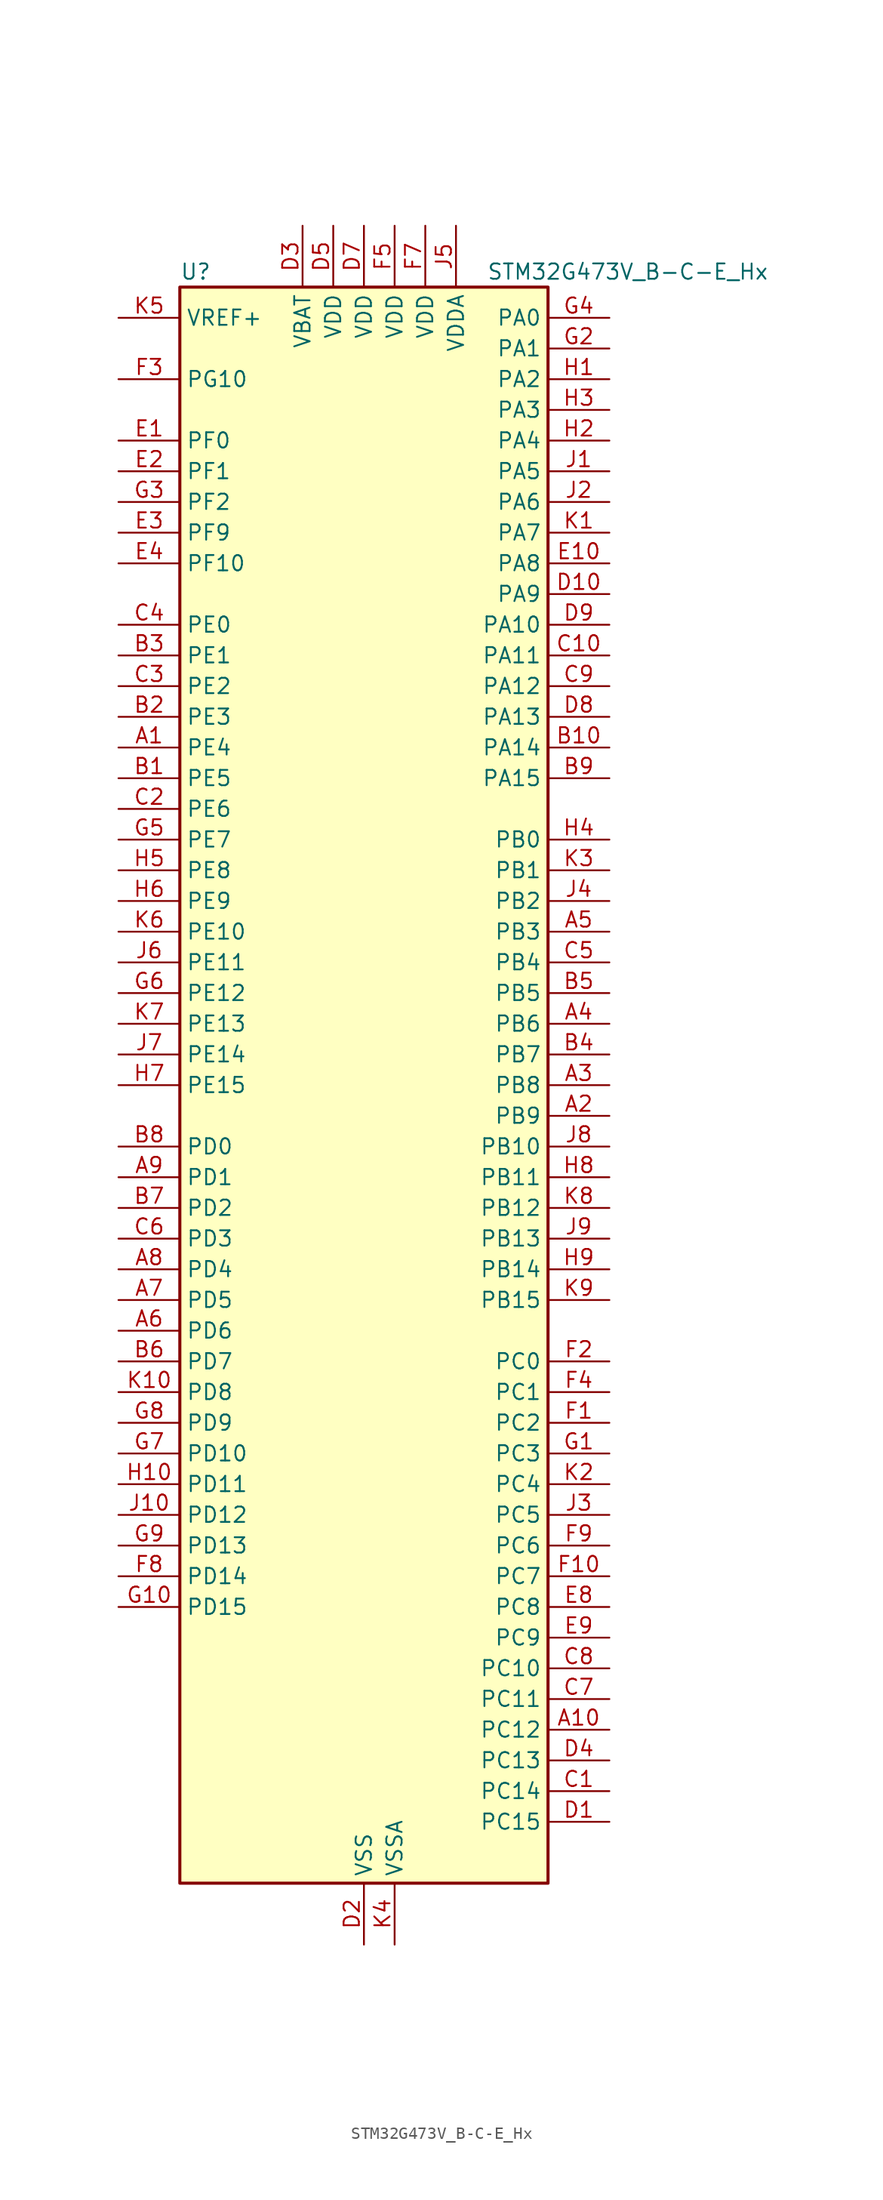
<source format=kicad_sym>
(kicad_symbol_lib
  (version 20231120)
  (generator "kicad_symbol_editor")
  (generator_version "8.0")
  (symbol "STM32G473V_B-C-E_Hx"
    (property "Reference" "U"
      (at -15.24 67.31 0)
      (effects (font (size 1.27 1.27)) (justify left)))
    (property "Value" "STM32G473V_B-C-E_Hx"
      (at 10.16 67.31 0)
      (effects (font (size 1.27 1.27)) (justify left)))
    (property "ki_locked" ""
      (at 0 0 0)
      (effects (font (size 1.27 1.27))))
    (symbol "STM32G473V_B-C-E_Hx_0_1"
      (rectangle (start -15.24 -66.04) (end 15.24 66.04) (stroke (width 0.254) (type default)) (fill (type background))))
    (symbol "STM32G473V_B-C-E_Hx_1_1"
      (pin bidirectional line (at -20.32 27.94 0) (length 5.08) (name "PE4" (effects (font (size 1.27 1.27)))) (number "A1" (effects (font (size 1.27 1.27)))) (alternate "FMC_A20" bidirectional line) (alternate "SAI1_D2" bidirectional line) (alternate "SAI1_FS_A" bidirectional line) (alternate "SPI4_NSS" bidirectional line) (alternate "SYS_TRACED1" bidirectional line) (alternate "TIM20_CH1N" bidirectional line) (alternate "TIM3_CH3" bidirectional line))
      (pin bidirectional line (at 20.32 -53.34 180) (length 5.08) (name "PC12" (effects (font (size 1.27 1.27)))) (number "A10" (effects (font (size 1.27 1.27)))) (alternate "I2S3_SD" bidirectional line) (alternate "SPI3_MOSI" bidirectional line) (alternate "TIM5_CH2" bidirectional line) (alternate "TIM8_CH3N" bidirectional line) (alternate "UART5_TX" bidirectional line) (alternate "UCPD1_FRSTX1" bidirectional line) (alternate "UCPD1_FRSTX2" bidirectional line) (alternate "USART3_CK" bidirectional line))
      (pin bidirectional line (at 20.32 -2.54 180) (length 5.08) (name "PB9" (effects (font (size 1.27 1.27)))) (number "A2" (effects (font (size 1.27 1.27)))) (alternate "COMP2_OUT" bidirectional line) (alternate "DAC1_EXTI9" bidirectional line) (alternate "DAC2_EXTI9" bidirectional line) (alternate "DAC3_EXTI9" bidirectional line) (alternate "DAC4_EXTI9" bidirectional line) (alternate "FDCAN1_TX" bidirectional line) (alternate "I2C1_SDA" bidirectional line) (alternate "IR_OUT" bidirectional line) (alternate "SAI1_D2" bidirectional line) (alternate "SAI1_FS_A" bidirectional line) (alternate "TIM17_CH1" bidirectional line) (alternate "TIM1_CH3N" bidirectional line) (alternate "TIM4_CH4" bidirectional line) (alternate "TIM8_CH3" bidirectional line) (alternate "USART3_TX" bidirectional line))
      (pin bidirectional line (at 20.32 0 180) (length 5.08) (name "PB8" (effects (font (size 1.27 1.27)))) (number "A3" (effects (font (size 1.27 1.27)))) (alternate "COMP1_OUT" bidirectional line) (alternate "FDCAN1_RX" bidirectional line) (alternate "I2C1_SCL" bidirectional line) (alternate "SAI1_CK1" bidirectional line) (alternate "SAI1_MCLK_A" bidirectional line) (alternate "TIM16_CH1" bidirectional line) (alternate "TIM1_BKIN" bidirectional line) (alternate "TIM4_CH3" bidirectional line) (alternate "TIM8_CH2" bidirectional line) (alternate "USART3_RX" bidirectional line))
      (pin bidirectional line (at 20.32 5.08 180) (length 5.08) (name "PB6" (effects (font (size 1.27 1.27)))) (number "A4" (effects (font (size 1.27 1.27)))) (alternate "COMP4_OUT" bidirectional line) (alternate "FDCAN2_TX" bidirectional line) (alternate "LPTIM1_ETR" bidirectional line) (alternate "SAI1_FS_B" bidirectional line) (alternate "TIM16_CH1N" bidirectional line) (alternate "TIM4_CH1" bidirectional line) (alternate "TIM8_BKIN2" bidirectional line) (alternate "TIM8_CH1" bidirectional line) (alternate "TIM8_ETR" bidirectional line) (alternate "UCPD1_CC1" bidirectional line) (alternate "USART1_TX" bidirectional line))
      (pin bidirectional line (at 20.32 12.7 180) (length 5.08) (name "PB3" (effects (font (size 1.27 1.27)))) (number "A5" (effects (font (size 1.27 1.27)))) (alternate "ADC3_EXTI3" bidirectional line) (alternate "ADC4_EXTI3" bidirectional line) (alternate "ADC5_EXTI3" bidirectional line) (alternate "CRS_SYNC" bidirectional line) (alternate "FDCAN3_RX" bidirectional line) (alternate "I2S3_CK" bidirectional line) (alternate "SAI1_SCK_B" bidirectional line) (alternate "SPI1_SCK" bidirectional line) (alternate "SPI3_SCK" bidirectional line) (alternate "SYS_JTDO-SWO" bidirectional line) (alternate "TIM2_CH2" bidirectional line) (alternate "TIM3_ETR" bidirectional line) (alternate "TIM4_ETR" bidirectional line) (alternate "TIM8_CH1N" bidirectional line) (alternate "USART2_TX" bidirectional line))
      (pin bidirectional line (at -20.32 -20.32 0) (length 5.08) (name "PD6" (effects (font (size 1.27 1.27)))) (number "A6" (effects (font (size 1.27 1.27)))) (alternate "FMC_NWAIT" bidirectional line) (alternate "QUADSPI1_BK2_IO2" bidirectional line) (alternate "SAI1_D1" bidirectional line) (alternate "SAI1_SD_A" bidirectional line) (alternate "TIM2_CH4" bidirectional line) (alternate "USART2_RX" bidirectional line))
      (pin bidirectional line (at -20.32 -17.78 0) (length 5.08) (name "PD5" (effects (font (size 1.27 1.27)))) (number "A7" (effects (font (size 1.27 1.27)))) (alternate "FMC_NWE" bidirectional line) (alternate "QUADSPI1_BK2_IO1" bidirectional line) (alternate "USART2_TX" bidirectional line))
      (pin bidirectional line (at -20.32 -15.24 0) (length 5.08) (name "PD4" (effects (font (size 1.27 1.27)))) (number "A8" (effects (font (size 1.27 1.27)))) (alternate "FMC_NOE" bidirectional line) (alternate "QUADSPI1_BK2_IO0" bidirectional line) (alternate "TIM2_CH2" bidirectional line) (alternate "USART2_DE" bidirectional line) (alternate "USART2_RTS" bidirectional line))
      (pin bidirectional line (at -20.32 -7.62 0) (length 5.08) (name "PD1" (effects (font (size 1.27 1.27)))) (number "A9" (effects (font (size 1.27 1.27)))) (alternate "FDCAN1_TX" bidirectional line) (alternate "FMC_D3" bidirectional line) (alternate "FMC_DA3" bidirectional line) (alternate "TIM8_BKIN2" bidirectional line) (alternate "TIM8_CH4" bidirectional line))
      (pin bidirectional line (at -20.32 25.4 0) (length 5.08) (name "PE5" (effects (font (size 1.27 1.27)))) (number "B1" (effects (font (size 1.27 1.27)))) (alternate "FMC_A21" bidirectional line) (alternate "SAI1_CK2" bidirectional line) (alternate "SAI1_SCK_A" bidirectional line) (alternate "SPI4_MISO" bidirectional line) (alternate "SYS_TRACED2" bidirectional line) (alternate "TIM20_CH2N" bidirectional line) (alternate "TIM3_CH4" bidirectional line))
      (pin bidirectional line (at 20.32 27.94 180) (length 5.08) (name "PA14" (effects (font (size 1.27 1.27)))) (number "B10" (effects (font (size 1.27 1.27)))) (alternate "I2C1_SDA" bidirectional line) (alternate "I2C4_SMBA" bidirectional line) (alternate "LPTIM1_OUT" bidirectional line) (alternate "SAI1_FS_B" bidirectional line) (alternate "SYS_JTCK-SWCLK" bidirectional line) (alternate "TIM1_BKIN" bidirectional line) (alternate "TIM8_CH2" bidirectional line) (alternate "USART2_TX" bidirectional line))
      (pin bidirectional line (at -20.32 30.48 0) (length 5.08) (name "PE3" (effects (font (size 1.27 1.27)))) (number "B2" (effects (font (size 1.27 1.27)))) (alternate "ADC3_EXTI3" bidirectional line) (alternate "ADC4_EXTI3" bidirectional line) (alternate "ADC5_EXTI3" bidirectional line) (alternate "FMC_A19" bidirectional line) (alternate "SAI1_SD_B" bidirectional line) (alternate "SPI4_NSS" bidirectional line) (alternate "SYS_TRACED0" bidirectional line) (alternate "TIM20_CH2" bidirectional line) (alternate "TIM3_CH2" bidirectional line))
      (pin bidirectional line (at -20.32 35.56 0) (length 5.08) (name "PE1" (effects (font (size 1.27 1.27)))) (number "B3" (effects (font (size 1.27 1.27)))) (alternate "FMC_NBL1" bidirectional line) (alternate "TIM17_CH1" bidirectional line) (alternate "TIM20_CH4" bidirectional line) (alternate "USART1_RX" bidirectional line))
      (pin bidirectional line (at 20.32 2.54 180) (length 5.08) (name "PB7" (effects (font (size 1.27 1.27)))) (number "B4" (effects (font (size 1.27 1.27)))) (alternate "COMP3_OUT" bidirectional line) (alternate "FMC_NL" bidirectional line) (alternate "I2C1_SDA" bidirectional line) (alternate "I2C4_SDA" bidirectional line) (alternate "LPTIM1_IN2" bidirectional line) (alternate "SYS_PVD_IN" bidirectional line) (alternate "TIM17_CH1N" bidirectional line) (alternate "TIM3_CH4" bidirectional line) (alternate "TIM4_CH2" bidirectional line) (alternate "TIM8_BKIN" bidirectional line) (alternate "UART4_CTS" bidirectional line) (alternate "USART1_RX" bidirectional line))
      (pin bidirectional line (at 20.32 7.62 180) (length 5.08) (name "PB5" (effects (font (size 1.27 1.27)))) (number "B5" (effects (font (size 1.27 1.27)))) (alternate "FDCAN2_RX" bidirectional line) (alternate "I2C1_SMBA" bidirectional line) (alternate "I2C3_SDA" bidirectional line) (alternate "I2S3_SD" bidirectional line) (alternate "LPTIM1_IN1" bidirectional line) (alternate "SAI1_SD_B" bidirectional line) (alternate "SPI1_MOSI" bidirectional line) (alternate "SPI3_MOSI" bidirectional line) (alternate "TIM16_BKIN" bidirectional line) (alternate "TIM17_CH1" bidirectional line) (alternate "TIM3_CH2" bidirectional line) (alternate "TIM8_CH3N" bidirectional line) (alternate "UART5_CTS" bidirectional line) (alternate "USART2_CK" bidirectional line))
      (pin bidirectional line (at -20.32 -22.86 0) (length 5.08) (name "PD7" (effects (font (size 1.27 1.27)))) (number "B6" (effects (font (size 1.27 1.27)))) (alternate "FMC_NCE" bidirectional line) (alternate "FMC_NE1" bidirectional line) (alternate "QUADSPI1_BK2_IO3" bidirectional line) (alternate "TIM2_CH3" bidirectional line) (alternate "USART2_CK" bidirectional line))
      (pin bidirectional line (at -20.32 -10.16 0) (length 5.08) (name "PD2" (effects (font (size 1.27 1.27)))) (number "B7" (effects (font (size 1.27 1.27)))) (alternate "ADC3_EXTI2" bidirectional line) (alternate "ADC4_EXTI2" bidirectional line) (alternate "ADC5_EXTI2" bidirectional line) (alternate "TIM3_ETR" bidirectional line) (alternate "TIM8_BKIN" bidirectional line) (alternate "UART5_RX" bidirectional line))
      (pin bidirectional line (at -20.32 -5.08 0) (length 5.08) (name "PD0" (effects (font (size 1.27 1.27)))) (number "B8" (effects (font (size 1.27 1.27)))) (alternate "FDCAN1_RX" bidirectional line) (alternate "FMC_D2" bidirectional line) (alternate "FMC_DA2" bidirectional line) (alternate "TIM8_CH4N" bidirectional line))
      (pin bidirectional line (at 20.32 25.4 180) (length 5.08) (name "PA15" (effects (font (size 1.27 1.27)))) (number "B9" (effects (font (size 1.27 1.27)))) (alternate "ADC1_EXTI15" bidirectional line) (alternate "ADC2_EXTI15" bidirectional line) (alternate "FDCAN3_TX" bidirectional line) (alternate "I2C1_SCL" bidirectional line) (alternate "I2S3_WS" bidirectional line) (alternate "SPI1_NSS" bidirectional line) (alternate "SPI3_NSS" bidirectional line) (alternate "SYS_JTDI" bidirectional line) (alternate "TIM1_BKIN" bidirectional line) (alternate "TIM2_CH1" bidirectional line) (alternate "TIM2_ETR" bidirectional line) (alternate "TIM8_CH1" bidirectional line) (alternate "UART4_DE" bidirectional line) (alternate "UART4_RTS" bidirectional line) (alternate "USART2_RX" bidirectional line))
      (pin bidirectional line (at 20.32 -58.42 180) (length 5.08) (name "PC14" (effects (font (size 1.27 1.27)))) (number "C1" (effects (font (size 1.27 1.27)))) (alternate "RCC_OSC32_IN" bidirectional line))
      (pin bidirectional line (at 20.32 35.56 180) (length 5.08) (name "PA11" (effects (font (size 1.27 1.27)))) (number "C10" (effects (font (size 1.27 1.27)))) (alternate "ADC1_EXTI11" bidirectional line) (alternate "ADC2_EXTI11" bidirectional line) (alternate "COMP1_OUT" bidirectional line) (alternate "FDCAN1_RX" bidirectional line) (alternate "I2S2_SD" bidirectional line) (alternate "SPI2_MOSI" bidirectional line) (alternate "TIM1_BKIN2" bidirectional line) (alternate "TIM1_CH1N" bidirectional line) (alternate "TIM1_CH4" bidirectional line) (alternate "TIM4_CH1" bidirectional line) (alternate "USART1_CTS" bidirectional line) (alternate "USART1_NSS" bidirectional line) (alternate "USB_DM" bidirectional line))
      (pin bidirectional line (at -20.32 22.86 0) (length 5.08) (name "PE6" (effects (font (size 1.27 1.27)))) (number "C2" (effects (font (size 1.27 1.27)))) (alternate "FMC_A22" bidirectional line) (alternate "RTC_TAMP3" bidirectional line) (alternate "SAI1_D1" bidirectional line) (alternate "SAI1_SD_A" bidirectional line) (alternate "SPI4_MOSI" bidirectional line) (alternate "SYS_TRACED3" bidirectional line) (alternate "SYS_WKUP3" bidirectional line) (alternate "TIM20_CH3N" bidirectional line))
      (pin bidirectional line (at -20.32 33.02 0) (length 5.08) (name "PE2" (effects (font (size 1.27 1.27)))) (number "C3" (effects (font (size 1.27 1.27)))) (alternate "ADC3_EXTI2" bidirectional line) (alternate "ADC4_EXTI2" bidirectional line) (alternate "ADC5_EXTI2" bidirectional line) (alternate "FMC_A23" bidirectional line) (alternate "SAI1_CK1" bidirectional line) (alternate "SAI1_MCLK_A" bidirectional line) (alternate "SPI4_SCK" bidirectional line) (alternate "SYS_TRACECLK" bidirectional line) (alternate "TIM20_CH1" bidirectional line) (alternate "TIM3_CH1" bidirectional line))
      (pin bidirectional line (at -20.32 38.1 0) (length 5.08) (name "PE0" (effects (font (size 1.27 1.27)))) (number "C4" (effects (font (size 1.27 1.27)))) (alternate "FMC_NBL0" bidirectional line) (alternate "TIM16_CH1" bidirectional line) (alternate "TIM20_CH4N" bidirectional line) (alternate "TIM20_ETR" bidirectional line) (alternate "TIM4_ETR" bidirectional line) (alternate "USART1_TX" bidirectional line))
      (pin bidirectional line (at 20.32 10.16 180) (length 5.08) (name "PB4" (effects (font (size 1.27 1.27)))) (number "C5" (effects (font (size 1.27 1.27)))) (alternate "FDCAN3_TX" bidirectional line) (alternate "SAI1_MCLK_B" bidirectional line) (alternate "SPI1_MISO" bidirectional line) (alternate "SPI3_MISO" bidirectional line) (alternate "SYS_JTRST" bidirectional line) (alternate "TIM16_CH1" bidirectional line) (alternate "TIM17_BKIN" bidirectional line) (alternate "TIM3_CH1" bidirectional line) (alternate "TIM8_CH2N" bidirectional line) (alternate "UART5_DE" bidirectional line) (alternate "UART5_RTS" bidirectional line) (alternate "UCPD1_CC2" bidirectional line) (alternate "USART2_RX" bidirectional line))
      (pin bidirectional line (at -20.32 -12.7 0) (length 5.08) (name "PD3" (effects (font (size 1.27 1.27)))) (number "C6" (effects (font (size 1.27 1.27)))) (alternate "ADC3_EXTI3" bidirectional line) (alternate "ADC4_EXTI3" bidirectional line) (alternate "ADC5_EXTI3" bidirectional line) (alternate "FMC_CLK" bidirectional line) (alternate "QUADSPI1_BK2_NCS" bidirectional line) (alternate "TIM2_CH1" bidirectional line) (alternate "TIM2_ETR" bidirectional line) (alternate "USART2_CTS" bidirectional line) (alternate "USART2_NSS" bidirectional line))
      (pin bidirectional line (at 20.32 -50.8 180) (length 5.08) (name "PC11" (effects (font (size 1.27 1.27)))) (number "C7" (effects (font (size 1.27 1.27)))) (alternate "ADC1_EXTI11" bidirectional line) (alternate "ADC2_EXTI11" bidirectional line) (alternate "I2C3_SDA" bidirectional line) (alternate "SPI3_MISO" bidirectional line) (alternate "TIM8_CH2N" bidirectional line) (alternate "UART4_RX" bidirectional line) (alternate "USART3_RX" bidirectional line))
      (pin bidirectional line (at 20.32 -48.26 180) (length 5.08) (name "PC10" (effects (font (size 1.27 1.27)))) (number "C8" (effects (font (size 1.27 1.27)))) (alternate "DAC1_EXTI10" bidirectional line) (alternate "DAC2_EXTI10" bidirectional line) (alternate "DAC3_EXTI10" bidirectional line) (alternate "DAC4_EXTI10" bidirectional line) (alternate "I2S3_CK" bidirectional line) (alternate "SPI3_SCK" bidirectional line) (alternate "TIM8_CH1N" bidirectional line) (alternate "UART4_TX" bidirectional line) (alternate "USART3_TX" bidirectional line))
      (pin bidirectional line (at 20.32 33.02 180) (length 5.08) (name "PA12" (effects (font (size 1.27 1.27)))) (number "C9" (effects (font (size 1.27 1.27)))) (alternate "COMP2_OUT" bidirectional line) (alternate "FDCAN1_TX" bidirectional line) (alternate "I2S_CKIN" bidirectional line) (alternate "TIM16_CH1" bidirectional line) (alternate "TIM1_CH2N" bidirectional line) (alternate "TIM1_ETR" bidirectional line) (alternate "TIM4_CH2" bidirectional line) (alternate "USART1_DE" bidirectional line) (alternate "USART1_RTS" bidirectional line) (alternate "USB_DP" bidirectional line))
      (pin bidirectional line (at 20.32 -60.96 180) (length 5.08) (name "PC15" (effects (font (size 1.27 1.27)))) (number "D1" (effects (font (size 1.27 1.27)))) (alternate "ADC1_EXTI15" bidirectional line) (alternate "ADC2_EXTI15" bidirectional line) (alternate "RCC_OSC32_OUT" bidirectional line))
      (pin bidirectional line (at 20.32 40.64 180) (length 5.08) (name "PA9" (effects (font (size 1.27 1.27)))) (number "D10" (effects (font (size 1.27 1.27)))) (alternate "ADC5_IN2" bidirectional line) (alternate "COMP5_OUT" bidirectional line) (alternate "DAC1_EXTI9" bidirectional line) (alternate "DAC2_EXTI9" bidirectional line) (alternate "DAC3_EXTI9" bidirectional line) (alternate "DAC4_EXTI9" bidirectional line) (alternate "I2C2_SCL" bidirectional line) (alternate "I2C3_SMBA" bidirectional line) (alternate "I2S3_MCK" bidirectional line) (alternate "SAI1_FS_A" bidirectional line) (alternate "TIM15_BKIN" bidirectional line) (alternate "TIM1_CH2" bidirectional line) (alternate "TIM2_CH3" bidirectional line) (alternate "UCPD1_DBCC1" bidirectional line) (alternate "USART1_TX" bidirectional line))
      (pin power_in line (at 0 -71.12 90) (length 5.08) (name "VSS" (effects (font (size 1.27 1.27)))) (number "D2" (effects (font (size 1.27 1.27)))))
      (pin power_in line (at -5.08 71.12 270) (length 5.08) (name "VBAT" (effects (font (size 1.27 1.27)))) (number "D3" (effects (font (size 1.27 1.27)))))
      (pin bidirectional line (at 20.32 -55.88 180) (length 5.08) (name "PC13" (effects (font (size 1.27 1.27)))) (number "D4" (effects (font (size 1.27 1.27)))) (alternate "RTC_OUT1" bidirectional line) (alternate "RTC_TAMP1" bidirectional line) (alternate "RTC_TS" bidirectional line) (alternate "SYS_WKUP2" bidirectional line) (alternate "TIM1_BKIN" bidirectional line) (alternate "TIM1_CH1N" bidirectional line) (alternate "TIM8_CH4N" bidirectional line))
      (pin power_in line (at -2.54 71.12 270) (length 5.08) (name "VDD" (effects (font (size 1.27 1.27)))) (number "D5" (effects (font (size 1.27 1.27)))))
      (pin passive line (at 0 -71.12 90) (length 5.08) hide (name "VSS" (effects (font (size 1.27 1.27)))) (number "D6" (effects (font (size 1.27 1.27)))))
      (pin power_in line (at 0 71.12 270) (length 5.08) (name "VDD" (effects (font (size 1.27 1.27)))) (number "D7" (effects (font (size 1.27 1.27)))))
      (pin bidirectional line (at 20.32 30.48 180) (length 5.08) (name "PA13" (effects (font (size 1.27 1.27)))) (number "D8" (effects (font (size 1.27 1.27)))) (alternate "I2C1_SCL" bidirectional line) (alternate "I2C4_SCL" bidirectional line) (alternate "IR_OUT" bidirectional line) (alternate "SAI1_SD_B" bidirectional line) (alternate "SYS_JTMS-SWDIO" bidirectional line) (alternate "TIM16_CH1N" bidirectional line) (alternate "TIM4_CH3" bidirectional line) (alternate "USART3_CTS" bidirectional line) (alternate "USART3_NSS" bidirectional line))
      (pin bidirectional line (at 20.32 38.1 180) (length 5.08) (name "PA10" (effects (font (size 1.27 1.27)))) (number "D9" (effects (font (size 1.27 1.27)))) (alternate "COMP6_OUT" bidirectional line) (alternate "CRS_SYNC" bidirectional line) (alternate "DAC1_EXTI10" bidirectional line) (alternate "DAC2_EXTI10" bidirectional line) (alternate "DAC3_EXTI10" bidirectional line) (alternate "DAC4_EXTI10" bidirectional line) (alternate "I2C2_SMBA" bidirectional line) (alternate "SAI1_D1" bidirectional line) (alternate "SAI1_SD_A" bidirectional line) (alternate "SPI2_MISO" bidirectional line) (alternate "TIM17_BKIN" bidirectional line) (alternate "TIM1_CH3" bidirectional line) (alternate "TIM2_CH4" bidirectional line) (alternate "TIM8_BKIN" bidirectional line) (alternate "UCPD1_DBCC2" bidirectional line) (alternate "USART1_RX" bidirectional line))
      (pin bidirectional line (at -20.32 53.34 0) (length 5.08) (name "PF0" (effects (font (size 1.27 1.27)))) (number "E1" (effects (font (size 1.27 1.27)))) (alternate "ADC1_IN10" bidirectional line) (alternate "I2C2_SDA" bidirectional line) (alternate "I2S2_WS" bidirectional line) (alternate "RCC_OSC_IN" bidirectional line) (alternate "SPI2_NSS" bidirectional line) (alternate "TIM1_CH3N" bidirectional line))
      (pin bidirectional line (at 20.32 43.18 180) (length 5.08) (name "PA8" (effects (font (size 1.27 1.27)))) (number "E10" (effects (font (size 1.27 1.27)))) (alternate "ADC5_IN1" bidirectional line) (alternate "COMP7_OUT" bidirectional line) (alternate "FDCAN3_RX" bidirectional line) (alternate "I2C2_SDA" bidirectional line) (alternate "I2C3_SCL" bidirectional line) (alternate "I2S2_MCK" bidirectional line) (alternate "OPAMP5_VOUT" bidirectional line) (alternate "RCC_MCO" bidirectional line) (alternate "SAI1_CK2" bidirectional line) (alternate "SAI1_SCK_A" bidirectional line) (alternate "TIM1_CH1" bidirectional line) (alternate "TIM4_ETR" bidirectional line) (alternate "USART1_CK" bidirectional line))
      (pin bidirectional line (at -20.32 50.8 0) (length 5.08) (name "PF1" (effects (font (size 1.27 1.27)))) (number "E2" (effects (font (size 1.27 1.27)))) (alternate "ADC2_IN10" bidirectional line) (alternate "COMP3_INM" bidirectional line) (alternate "I2S2_CK" bidirectional line) (alternate "RCC_OSC_OUT" bidirectional line) (alternate "SPI2_SCK" bidirectional line))
      (pin bidirectional line (at -20.32 45.72 0) (length 5.08) (name "PF9" (effects (font (size 1.27 1.27)))) (number "E3" (effects (font (size 1.27 1.27)))) (alternate "DAC1_EXTI9" bidirectional line) (alternate "DAC2_EXTI9" bidirectional line) (alternate "DAC3_EXTI9" bidirectional line) (alternate "DAC4_EXTI9" bidirectional line) (alternate "FMC_A25" bidirectional line) (alternate "QUADSPI1_BK1_IO1" bidirectional line) (alternate "SAI1_FS_B" bidirectional line) (alternate "SPI2_SCK" bidirectional line) (alternate "TIM15_CH1" bidirectional line) (alternate "TIM20_BKIN" bidirectional line) (alternate "TIM5_CH4" bidirectional line))
      (pin bidirectional line (at -20.32 43.18 0) (length 5.08) (name "PF10" (effects (font (size 1.27 1.27)))) (number "E4" (effects (font (size 1.27 1.27)))) (alternate "DAC1_EXTI10" bidirectional line) (alternate "DAC2_EXTI10" bidirectional line) (alternate "DAC3_EXTI10" bidirectional line) (alternate "DAC4_EXTI10" bidirectional line) (alternate "FMC_A0" bidirectional line) (alternate "QUADSPI1_CLK" bidirectional line) (alternate "SAI1_D3" bidirectional line) (alternate "SPI2_SCK" bidirectional line) (alternate "TIM15_CH2" bidirectional line) (alternate "TIM20_BKIN2" bidirectional line))
      (pin passive line (at 0 -71.12 90) (length 5.08) hide (name "VSS" (effects (font (size 1.27 1.27)))) (number "E5" (effects (font (size 1.27 1.27)))))
      (pin passive line (at 0 -71.12 90) (length 5.08) hide (name "VSS" (effects (font (size 1.27 1.27)))) (number "E6" (effects (font (size 1.27 1.27)))))
      (pin passive line (at 0 -71.12 90) (length 5.08) hide (name "VSS" (effects (font (size 1.27 1.27)))) (number "E7" (effects (font (size 1.27 1.27)))))
      (pin bidirectional line (at 20.32 -43.18 180) (length 5.08) (name "PC8" (effects (font (size 1.27 1.27)))) (number "E8" (effects (font (size 1.27 1.27)))) (alternate "COMP7_OUT" bidirectional line) (alternate "I2C3_SCL" bidirectional line) (alternate "TIM20_CH3" bidirectional line) (alternate "TIM3_CH3" bidirectional line) (alternate "TIM8_CH3" bidirectional line))
      (pin bidirectional line (at 20.32 -45.72 180) (length 5.08) (name "PC9" (effects (font (size 1.27 1.27)))) (number "E9" (effects (font (size 1.27 1.27)))) (alternate "DAC1_EXTI9" bidirectional line) (alternate "DAC2_EXTI9" bidirectional line) (alternate "DAC3_EXTI9" bidirectional line) (alternate "DAC4_EXTI9" bidirectional line) (alternate "I2C3_SDA" bidirectional line) (alternate "I2S_CKIN" bidirectional line) (alternate "TIM3_CH4" bidirectional line) (alternate "TIM8_BKIN2" bidirectional line) (alternate "TIM8_CH4" bidirectional line))
      (pin bidirectional line (at 20.32 -27.94 180) (length 5.08) (name "PC2" (effects (font (size 1.27 1.27)))) (number "F1" (effects (font (size 1.27 1.27)))) (alternate "ADC1_IN8" bidirectional line) (alternate "ADC2_IN8" bidirectional line) (alternate "ADC3_EXTI2" bidirectional line) (alternate "ADC4_EXTI2" bidirectional line) (alternate "ADC5_EXTI2" bidirectional line) (alternate "COMP3_OUT" bidirectional line) (alternate "LPTIM1_IN2" bidirectional line) (alternate "QUADSPI1_BK2_IO1" bidirectional line) (alternate "TIM1_CH3" bidirectional line) (alternate "TIM20_CH2" bidirectional line))
      (pin bidirectional line (at 20.32 -40.64 180) (length 5.08) (name "PC7" (effects (font (size 1.27 1.27)))) (number "F10" (effects (font (size 1.27 1.27)))) (alternate "COMP5_OUT" bidirectional line) (alternate "I2C4_SDA" bidirectional line) (alternate "I2S3_MCK" bidirectional line) (alternate "TIM3_CH2" bidirectional line) (alternate "TIM8_CH2" bidirectional line))
      (pin bidirectional line (at 20.32 -22.86 180) (length 5.08) (name "PC0" (effects (font (size 1.27 1.27)))) (number "F2" (effects (font (size 1.27 1.27)))) (alternate "ADC1_IN6" bidirectional line) (alternate "ADC2_IN6" bidirectional line) (alternate "COMP3_INM" bidirectional line) (alternate "LPTIM1_IN1" bidirectional line) (alternate "LPUART1_RX" bidirectional line) (alternate "TIM1_CH1" bidirectional line))
      (pin bidirectional line (at -20.32 58.42 0) (length 5.08) (name "PG10" (effects (font (size 1.27 1.27)))) (number "F3" (effects (font (size 1.27 1.27)))) (alternate "DAC1_EXTI10" bidirectional line) (alternate "DAC2_EXTI10" bidirectional line) (alternate "DAC3_EXTI10" bidirectional line) (alternate "DAC4_EXTI10" bidirectional line) (alternate "RCC_MCO" bidirectional line))
      (pin bidirectional line (at 20.32 -25.4 180) (length 5.08) (name "PC1" (effects (font (size 1.27 1.27)))) (number "F4" (effects (font (size 1.27 1.27)))) (alternate "ADC1_IN7" bidirectional line) (alternate "ADC2_IN7" bidirectional line) (alternate "COMP3_INP" bidirectional line) (alternate "LPTIM1_OUT" bidirectional line) (alternate "LPUART1_TX" bidirectional line) (alternate "QUADSPI1_BK2_IO0" bidirectional line) (alternate "SAI1_SD_A" bidirectional line) (alternate "TIM1_CH2" bidirectional line))
      (pin power_in line (at 2.54 71.12 270) (length 5.08) (name "VDD" (effects (font (size 1.27 1.27)))) (number "F5" (effects (font (size 1.27 1.27)))))
      (pin passive line (at 0 -71.12 90) (length 5.08) hide (name "VSS" (effects (font (size 1.27 1.27)))) (number "F6" (effects (font (size 1.27 1.27)))))
      (pin power_in line (at 5.08 71.12 270) (length 5.08) (name "VDD" (effects (font (size 1.27 1.27)))) (number "F7" (effects (font (size 1.27 1.27)))))
      (pin bidirectional line (at -20.32 -40.64 0) (length 5.08) (name "PD14" (effects (font (size 1.27 1.27)))) (number "F8" (effects (font (size 1.27 1.27)))) (alternate "ADC3_IN11" bidirectional line) (alternate "ADC4_IN11" bidirectional line) (alternate "ADC5_IN11" bidirectional line) (alternate "COMP7_INP" bidirectional line) (alternate "FMC_D0" bidirectional line) (alternate "FMC_DA0" bidirectional line) (alternate "OPAMP2_VINP" bidirectional line) (alternate "OPAMP2_VINP_SEC" bidirectional line) (alternate "TIM4_CH3" bidirectional line))
      (pin bidirectional line (at 20.32 -38.1 180) (length 5.08) (name "PC6" (effects (font (size 1.27 1.27)))) (number "F9" (effects (font (size 1.27 1.27)))) (alternate "COMP6_OUT" bidirectional line) (alternate "I2C4_SCL" bidirectional line) (alternate "I2S2_MCK" bidirectional line) (alternate "TIM3_CH1" bidirectional line) (alternate "TIM8_CH1" bidirectional line))
      (pin bidirectional line (at 20.32 -30.48 180) (length 5.08) (name "PC3" (effects (font (size 1.27 1.27)))) (number "G1" (effects (font (size 1.27 1.27)))) (alternate "ADC1_IN9" bidirectional line) (alternate "ADC2_IN9" bidirectional line) (alternate "ADC3_EXTI3" bidirectional line) (alternate "ADC4_EXTI3" bidirectional line) (alternate "ADC5_EXTI3" bidirectional line) (alternate "LPTIM1_ETR" bidirectional line) (alternate "OPAMP5_VINP" bidirectional line) (alternate "OPAMP5_VINP_SEC" bidirectional line) (alternate "QUADSPI1_BK2_IO2" bidirectional line) (alternate "SAI1_D1" bidirectional line) (alternate "SAI1_SD_A" bidirectional line) (alternate "TIM1_BKIN2" bidirectional line) (alternate "TIM1_CH4" bidirectional line))
      (pin bidirectional line (at -20.32 -43.18 0) (length 5.08) (name "PD15" (effects (font (size 1.27 1.27)))) (number "G10" (effects (font (size 1.27 1.27)))) (alternate "ADC1_EXTI15" bidirectional line) (alternate "ADC2_EXTI15" bidirectional line) (alternate "COMP7_INM" bidirectional line) (alternate "FMC_D1" bidirectional line) (alternate "FMC_DA1" bidirectional line) (alternate "SPI2_NSS" bidirectional line) (alternate "TIM4_CH4" bidirectional line))
      (pin bidirectional line (at 20.32 60.96 180) (length 5.08) (name "PA1" (effects (font (size 1.27 1.27)))) (number "G2" (effects (font (size 1.27 1.27)))) (alternate "ADC1_IN2" bidirectional line) (alternate "ADC2_IN2" bidirectional line) (alternate "COMP1_INP" bidirectional line) (alternate "OPAMP1_VINP" bidirectional line) (alternate "OPAMP1_VINP_SEC" bidirectional line) (alternate "OPAMP3_VINP" bidirectional line) (alternate "OPAMP3_VINP_SEC" bidirectional line) (alternate "OPAMP6_VINM" bidirectional line) (alternate "OPAMP6_VINM0" bidirectional line) (alternate "OPAMP6_VINM_SEC" bidirectional line) (alternate "RTC_REFIN" bidirectional line) (alternate "TIM15_CH1N" bidirectional line) (alternate "TIM2_CH2" bidirectional line) (alternate "TIM5_CH2" bidirectional line) (alternate "USART2_DE" bidirectional line) (alternate "USART2_RTS" bidirectional line))
      (pin bidirectional line (at -20.32 48.26 0) (length 5.08) (name "PF2" (effects (font (size 1.27 1.27)))) (number "G3" (effects (font (size 1.27 1.27)))) (alternate "ADC3_EXTI2" bidirectional line) (alternate "ADC4_EXTI2" bidirectional line) (alternate "ADC5_EXTI2" bidirectional line) (alternate "FMC_A2" bidirectional line) (alternate "I2C2_SMBA" bidirectional line) (alternate "TIM20_CH3" bidirectional line))
      (pin bidirectional line (at 20.32 63.5 180) (length 5.08) (name "PA0" (effects (font (size 1.27 1.27)))) (number "G4" (effects (font (size 1.27 1.27)))) (alternate "ADC1_IN1" bidirectional line) (alternate "ADC2_IN1" bidirectional line) (alternate "COMP1_INM" bidirectional line) (alternate "COMP1_OUT" bidirectional line) (alternate "COMP3_INP" bidirectional line) (alternate "RTC_TAMP2" bidirectional line) (alternate "SYS_WKUP1" bidirectional line) (alternate "TIM2_CH1" bidirectional line) (alternate "TIM2_ETR" bidirectional line) (alternate "TIM5_CH1" bidirectional line) (alternate "TIM8_BKIN" bidirectional line) (alternate "TIM8_ETR" bidirectional line) (alternate "USART2_CTS" bidirectional line) (alternate "USART2_NSS" bidirectional line))
      (pin bidirectional line (at -20.32 20.32 0) (length 5.08) (name "PE7" (effects (font (size 1.27 1.27)))) (number "G5" (effects (font (size 1.27 1.27)))) (alternate "ADC3_IN4" bidirectional line) (alternate "COMP4_INP" bidirectional line) (alternate "FMC_D4" bidirectional line) (alternate "FMC_DA4" bidirectional line) (alternate "SAI1_SD_B" bidirectional line) (alternate "TIM1_ETR" bidirectional line))
      (pin bidirectional line (at -20.32 7.62 0) (length 5.08) (name "PE12" (effects (font (size 1.27 1.27)))) (number "G6" (effects (font (size 1.27 1.27)))) (alternate "ADC3_IN16" bidirectional line) (alternate "ADC4_IN16" bidirectional line) (alternate "ADC5_IN16" bidirectional line) (alternate "FMC_D9" bidirectional line) (alternate "FMC_DA9" bidirectional line) (alternate "QUADSPI1_BK1_IO0" bidirectional line) (alternate "SPI4_SCK" bidirectional line) (alternate "TIM1_CH3N" bidirectional line))
      (pin bidirectional line (at -20.32 -30.48 0) (length 5.08) (name "PD10" (effects (font (size 1.27 1.27)))) (number "G7" (effects (font (size 1.27 1.27)))) (alternate "ADC3_IN7" bidirectional line) (alternate "ADC4_IN7" bidirectional line) (alternate "ADC5_IN7" bidirectional line) (alternate "COMP6_INM" bidirectional line) (alternate "DAC1_EXTI10" bidirectional line) (alternate "DAC2_EXTI10" bidirectional line) (alternate "DAC3_EXTI10" bidirectional line) (alternate "DAC4_EXTI10" bidirectional line) (alternate "FMC_D15" bidirectional line) (alternate "FMC_DA15" bidirectional line) (alternate "USART3_CK" bidirectional line))
      (pin bidirectional line (at -20.32 -27.94 0) (length 5.08) (name "PD9" (effects (font (size 1.27 1.27)))) (number "G8" (effects (font (size 1.27 1.27)))) (alternate "ADC4_IN13" bidirectional line) (alternate "ADC5_IN13" bidirectional line) (alternate "DAC1_EXTI9" bidirectional line) (alternate "DAC2_EXTI9" bidirectional line) (alternate "DAC3_EXTI9" bidirectional line) (alternate "DAC4_EXTI9" bidirectional line) (alternate "FMC_D14" bidirectional line) (alternate "FMC_DA14" bidirectional line) (alternate "OPAMP6_VINP" bidirectional line) (alternate "OPAMP6_VINP_SEC" bidirectional line) (alternate "USART3_RX" bidirectional line))
      (pin bidirectional line (at -20.32 -38.1 0) (length 5.08) (name "PD13" (effects (font (size 1.27 1.27)))) (number "G9" (effects (font (size 1.27 1.27)))) (alternate "ADC3_IN10" bidirectional line) (alternate "ADC4_IN10" bidirectional line) (alternate "ADC5_IN10" bidirectional line) (alternate "COMP5_INM" bidirectional line) (alternate "FMC_A18" bidirectional line) (alternate "TIM4_CH2" bidirectional line))
      (pin bidirectional line (at 20.32 58.42 180) (length 5.08) (name "PA2" (effects (font (size 1.27 1.27)))) (number "H1" (effects (font (size 1.27 1.27)))) (alternate "ADC1_IN3" bidirectional line) (alternate "ADC3_EXTI2" bidirectional line) (alternate "ADC4_EXTI2" bidirectional line) (alternate "ADC5_EXTI2" bidirectional line) (alternate "COMP2_INM" bidirectional line) (alternate "COMP2_OUT" bidirectional line) (alternate "LPUART1_TX" bidirectional line) (alternate "OPAMP1_VOUT" bidirectional line) (alternate "QUADSPI1_BK1_NCS" bidirectional line) (alternate "RCC_LSCO" bidirectional line) (alternate "SYS_WKUP4" bidirectional line) (alternate "TIM15_CH1" bidirectional line) (alternate "TIM2_CH3" bidirectional line) (alternate "TIM5_CH3" bidirectional line) (alternate "UCPD1_FRSTX1" bidirectional line) (alternate "UCPD1_FRSTX2" bidirectional line) (alternate "USART2_TX" bidirectional line))
      (pin bidirectional line (at -20.32 -33.02 0) (length 5.08) (name "PD11" (effects (font (size 1.27 1.27)))) (number "H10" (effects (font (size 1.27 1.27)))) (alternate "ADC1_EXTI11" bidirectional line) (alternate "ADC2_EXTI11" bidirectional line) (alternate "ADC3_IN8" bidirectional line) (alternate "ADC4_IN8" bidirectional line) (alternate "ADC5_IN8" bidirectional line) (alternate "COMP6_INP" bidirectional line) (alternate "FMC_A16" bidirectional line) (alternate "FMC_CLE" bidirectional line) (alternate "I2C4_SMBA" bidirectional line) (alternate "OPAMP4_VINP" bidirectional line) (alternate "OPAMP4_VINP_SEC" bidirectional line) (alternate "TIM5_ETR" bidirectional line) (alternate "USART3_CTS" bidirectional line) (alternate "USART3_NSS" bidirectional line))
      (pin bidirectional line (at 20.32 53.34 180) (length 5.08) (name "PA4" (effects (font (size 1.27 1.27)))) (number "H2" (effects (font (size 1.27 1.27)))) (alternate "ADC2_IN17" bidirectional line) (alternate "COMP1_INM" bidirectional line) (alternate "DAC1_OUT1" bidirectional line) (alternate "I2S3_WS" bidirectional line) (alternate "SAI1_FS_B" bidirectional line) (alternate "SPI1_NSS" bidirectional line) (alternate "SPI3_NSS" bidirectional line) (alternate "TIM3_CH2" bidirectional line) (alternate "USART2_CK" bidirectional line))
      (pin bidirectional line (at 20.32 55.88 180) (length 5.08) (name "PA3" (effects (font (size 1.27 1.27)))) (number "H3" (effects (font (size 1.27 1.27)))) (alternate "ADC1_IN4" bidirectional line) (alternate "ADC3_EXTI3" bidirectional line) (alternate "ADC4_EXTI3" bidirectional line) (alternate "ADC5_EXTI3" bidirectional line) (alternate "COMP2_INP" bidirectional line) (alternate "LPUART1_RX" bidirectional line) (alternate "OPAMP1_VINM" bidirectional line) (alternate "OPAMP1_VINM0" bidirectional line) (alternate "OPAMP1_VINM_SEC" bidirectional line) (alternate "OPAMP1_VINP" bidirectional line) (alternate "OPAMP1_VINP_SEC" bidirectional line) (alternate "OPAMP5_VINM" bidirectional line) (alternate "OPAMP5_VINM1" bidirectional line) (alternate "OPAMP5_VINM_SEC" bidirectional line) (alternate "QUADSPI1_CLK" bidirectional line) (alternate "SAI1_CK1" bidirectional line) (alternate "SAI1_MCLK_A" bidirectional line) (alternate "TIM15_CH2" bidirectional line) (alternate "TIM2_CH4" bidirectional line) (alternate "TIM5_CH4" bidirectional line) (alternate "USART2_RX" bidirectional line))
      (pin bidirectional line (at 20.32 20.32 180) (length 5.08) (name "PB0" (effects (font (size 1.27 1.27)))) (number "H4" (effects (font (size 1.27 1.27)))) (alternate "ADC1_IN15" bidirectional line) (alternate "ADC3_IN12" bidirectional line) (alternate "COMP4_INP" bidirectional line) (alternate "OPAMP2_VINP" bidirectional line) (alternate "OPAMP2_VINP_SEC" bidirectional line) (alternate "OPAMP3_VINP" bidirectional line) (alternate "OPAMP3_VINP_SEC" bidirectional line) (alternate "QUADSPI1_BK1_IO1" bidirectional line) (alternate "TIM1_CH2N" bidirectional line) (alternate "TIM3_CH3" bidirectional line) (alternate "TIM8_CH2N" bidirectional line) (alternate "UCPD1_FRSTX1" bidirectional line) (alternate "UCPD1_FRSTX2" bidirectional line))
      (pin bidirectional line (at -20.32 17.78 0) (length 5.08) (name "PE8" (effects (font (size 1.27 1.27)))) (number "H5" (effects (font (size 1.27 1.27)))) (alternate "ADC3_IN6" bidirectional line) (alternate "ADC4_IN6" bidirectional line) (alternate "ADC5_IN6" bidirectional line) (alternate "COMP4_INM" bidirectional line) (alternate "FMC_D5" bidirectional line) (alternate "FMC_DA5" bidirectional line) (alternate "SAI1_SCK_B" bidirectional line) (alternate "TIM1_CH1N" bidirectional line) (alternate "TIM5_CH3" bidirectional line))
      (pin bidirectional line (at -20.32 15.24 0) (length 5.08) (name "PE9" (effects (font (size 1.27 1.27)))) (number "H6" (effects (font (size 1.27 1.27)))) (alternate "ADC3_IN2" bidirectional line) (alternate "DAC1_EXTI9" bidirectional line) (alternate "DAC2_EXTI9" bidirectional line) (alternate "DAC3_EXTI9" bidirectional line) (alternate "DAC4_EXTI9" bidirectional line) (alternate "FMC_D6" bidirectional line) (alternate "FMC_DA6" bidirectional line) (alternate "SAI1_FS_B" bidirectional line) (alternate "TIM1_CH1" bidirectional line) (alternate "TIM5_CH4" bidirectional line))
      (pin bidirectional line (at -20.32 0 0) (length 5.08) (name "PE15" (effects (font (size 1.27 1.27)))) (number "H7" (effects (font (size 1.27 1.27)))) (alternate "ADC1_EXTI15" bidirectional line) (alternate "ADC2_EXTI15" bidirectional line) (alternate "ADC4_IN2" bidirectional line) (alternate "FMC_D12" bidirectional line) (alternate "FMC_DA12" bidirectional line) (alternate "QUADSPI1_BK1_IO3" bidirectional line) (alternate "TIM1_BKIN" bidirectional line) (alternate "TIM1_CH4N" bidirectional line) (alternate "USART3_RX" bidirectional line))
      (pin bidirectional line (at 20.32 -7.62 180) (length 5.08) (name "PB11" (effects (font (size 1.27 1.27)))) (number "H8" (effects (font (size 1.27 1.27)))) (alternate "ADC1_EXTI11" bidirectional line) (alternate "ADC1_IN14" bidirectional line) (alternate "ADC2_EXTI11" bidirectional line) (alternate "ADC2_IN14" bidirectional line) (alternate "COMP6_INP" bidirectional line) (alternate "LPUART1_TX" bidirectional line) (alternate "OPAMP4_VINP" bidirectional line) (alternate "OPAMP4_VINP_SEC" bidirectional line) (alternate "OPAMP6_VOUT" bidirectional line) (alternate "QUADSPI1_BK1_NCS" bidirectional line) (alternate "TIM2_CH4" bidirectional line) (alternate "USART3_RX" bidirectional line))
      (pin bidirectional line (at 20.32 -15.24 180) (length 5.08) (name "PB14" (effects (font (size 1.27 1.27)))) (number "H9" (effects (font (size 1.27 1.27)))) (alternate "ADC1_IN5" bidirectional line) (alternate "ADC4_IN4" bidirectional line) (alternate "COMP4_OUT" bidirectional line) (alternate "COMP7_INP" bidirectional line) (alternate "OPAMP2_VINP" bidirectional line) (alternate "OPAMP2_VINP_SEC" bidirectional line) (alternate "OPAMP5_VINP" bidirectional line) (alternate "OPAMP5_VINP_SEC" bidirectional line) (alternate "SPI2_MISO" bidirectional line) (alternate "TIM15_CH1" bidirectional line) (alternate "TIM1_CH2N" bidirectional line) (alternate "USART3_DE" bidirectional line) (alternate "USART3_RTS" bidirectional line))
      (pin bidirectional line (at 20.32 50.8 180) (length 5.08) (name "PA5" (effects (font (size 1.27 1.27)))) (number "J1" (effects (font (size 1.27 1.27)))) (alternate "ADC2_IN13" bidirectional line) (alternate "COMP2_INM" bidirectional line) (alternate "DAC1_OUT2" bidirectional line) (alternate "OPAMP2_VINM" bidirectional line) (alternate "OPAMP2_VINM0" bidirectional line) (alternate "OPAMP2_VINM_SEC" bidirectional line) (alternate "SPI1_SCK" bidirectional line) (alternate "TIM2_CH1" bidirectional line) (alternate "TIM2_ETR" bidirectional line) (alternate "UCPD1_FRSTX1" bidirectional line) (alternate "UCPD1_FRSTX2" bidirectional line))
      (pin bidirectional line (at -20.32 -35.56 0) (length 5.08) (name "PD12" (effects (font (size 1.27 1.27)))) (number "J10" (effects (font (size 1.27 1.27)))) (alternate "ADC3_IN9" bidirectional line) (alternate "ADC4_IN9" bidirectional line) (alternate "ADC5_IN9" bidirectional line) (alternate "COMP5_INP" bidirectional line) (alternate "FMC_A17" bidirectional line) (alternate "FMC_ALE" bidirectional line) (alternate "OPAMP5_VINP" bidirectional line) (alternate "OPAMP5_VINP_SEC" bidirectional line) (alternate "TIM4_CH1" bidirectional line) (alternate "USART3_DE" bidirectional line) (alternate "USART3_RTS" bidirectional line))
      (pin bidirectional line (at 20.32 48.26 180) (length 5.08) (name "PA6" (effects (font (size 1.27 1.27)))) (number "J2" (effects (font (size 1.27 1.27)))) (alternate "ADC2_IN3" bidirectional line) (alternate "COMP1_OUT" bidirectional line) (alternate "DAC2_OUT1" bidirectional line) (alternate "LPUART1_CTS" bidirectional line) (alternate "OPAMP2_VOUT" bidirectional line) (alternate "QUADSPI1_BK1_IO3" bidirectional line) (alternate "SPI1_MISO" bidirectional line) (alternate "TIM16_CH1" bidirectional line) (alternate "TIM1_BKIN" bidirectional line) (alternate "TIM3_CH1" bidirectional line) (alternate "TIM8_BKIN" bidirectional line))
      (pin bidirectional line (at 20.32 -35.56 180) (length 5.08) (name "PC5" (effects (font (size 1.27 1.27)))) (number "J3" (effects (font (size 1.27 1.27)))) (alternate "ADC2_IN11" bidirectional line) (alternate "OPAMP1_VINM" bidirectional line) (alternate "OPAMP1_VINM1" bidirectional line) (alternate "OPAMP1_VINM_SEC" bidirectional line) (alternate "OPAMP2_VINM" bidirectional line) (alternate "OPAMP2_VINM1" bidirectional line) (alternate "OPAMP2_VINM_SEC" bidirectional line) (alternate "SAI1_D3" bidirectional line) (alternate "SYS_WKUP5" bidirectional line) (alternate "TIM15_BKIN" bidirectional line) (alternate "TIM1_CH4N" bidirectional line) (alternate "USART1_RX" bidirectional line))
      (pin bidirectional line (at 20.32 15.24 180) (length 5.08) (name "PB2" (effects (font (size 1.27 1.27)))) (number "J4" (effects (font (size 1.27 1.27)))) (alternate "ADC2_IN12" bidirectional line) (alternate "ADC3_EXTI2" bidirectional line) (alternate "ADC4_EXTI2" bidirectional line) (alternate "ADC5_EXTI2" bidirectional line) (alternate "COMP4_INM" bidirectional line) (alternate "I2C3_SMBA" bidirectional line) (alternate "LPTIM1_OUT" bidirectional line) (alternate "OPAMP3_VINM" bidirectional line) (alternate "OPAMP3_VINM0" bidirectional line) (alternate "OPAMP3_VINM_SEC" bidirectional line) (alternate "QUADSPI1_BK2_IO1" bidirectional line) (alternate "RTC_OUT2" bidirectional line) (alternate "TIM20_CH1" bidirectional line) (alternate "TIM5_CH1" bidirectional line))
      (pin power_in line (at 7.62 71.12 270) (length 5.08) (name "VDDA" (effects (font (size 1.27 1.27)))) (number "J5" (effects (font (size 1.27 1.27)))))
      (pin bidirectional line (at -20.32 10.16 0) (length 5.08) (name "PE11" (effects (font (size 1.27 1.27)))) (number "J6" (effects (font (size 1.27 1.27)))) (alternate "ADC1_EXTI11" bidirectional line) (alternate "ADC2_EXTI11" bidirectional line) (alternate "ADC3_IN15" bidirectional line) (alternate "ADC4_IN15" bidirectional line) (alternate "ADC5_IN15" bidirectional line) (alternate "FMC_D8" bidirectional line) (alternate "FMC_DA8" bidirectional line) (alternate "QUADSPI1_BK1_NCS" bidirectional line) (alternate "SPI4_NSS" bidirectional line) (alternate "TIM1_CH2" bidirectional line))
      (pin bidirectional line (at -20.32 2.54 0) (length 5.08) (name "PE14" (effects (font (size 1.27 1.27)))) (number "J7" (effects (font (size 1.27 1.27)))) (alternate "ADC4_IN1" bidirectional line) (alternate "FMC_D11" bidirectional line) (alternate "FMC_DA11" bidirectional line) (alternate "QUADSPI1_BK1_IO2" bidirectional line) (alternate "SPI4_MOSI" bidirectional line) (alternate "TIM1_BKIN2" bidirectional line) (alternate "TIM1_CH4" bidirectional line))
      (pin bidirectional line (at 20.32 -5.08 180) (length 5.08) (name "PB10" (effects (font (size 1.27 1.27)))) (number "J8" (effects (font (size 1.27 1.27)))) (alternate "COMP5_INM" bidirectional line) (alternate "DAC1_EXTI10" bidirectional line) (alternate "DAC2_EXTI10" bidirectional line) (alternate "DAC3_EXTI10" bidirectional line) (alternate "DAC4_EXTI10" bidirectional line) (alternate "LPUART1_RX" bidirectional line) (alternate "OPAMP3_VINM" bidirectional line) (alternate "OPAMP3_VINM1" bidirectional line) (alternate "OPAMP3_VINM_SEC" bidirectional line) (alternate "OPAMP4_VINM" bidirectional line) (alternate "OPAMP4_VINM0" bidirectional line) (alternate "OPAMP4_VINM_SEC" bidirectional line) (alternate "QUADSPI1_CLK" bidirectional line) (alternate "SAI1_SCK_A" bidirectional line) (alternate "TIM1_BKIN" bidirectional line) (alternate "TIM2_CH3" bidirectional line) (alternate "USART3_TX" bidirectional line))
      (pin bidirectional line (at 20.32 -12.7 180) (length 5.08) (name "PB13" (effects (font (size 1.27 1.27)))) (number "J9" (effects (font (size 1.27 1.27)))) (alternate "ADC3_IN5" bidirectional line) (alternate "COMP5_INP" bidirectional line) (alternate "FDCAN2_TX" bidirectional line) (alternate "I2S2_CK" bidirectional line) (alternate "LPUART1_CTS" bidirectional line) (alternate "OPAMP3_VINP" bidirectional line) (alternate "OPAMP3_VINP_SEC" bidirectional line) (alternate "OPAMP4_VINP" bidirectional line) (alternate "OPAMP4_VINP_SEC" bidirectional line) (alternate "OPAMP6_VINP" bidirectional line) (alternate "OPAMP6_VINP_SEC" bidirectional line) (alternate "SPI2_SCK" bidirectional line) (alternate "TIM1_CH1N" bidirectional line) (alternate "USART3_CTS" bidirectional line) (alternate "USART3_NSS" bidirectional line))
      (pin bidirectional line (at 20.32 45.72 180) (length 5.08) (name "PA7" (effects (font (size 1.27 1.27)))) (number "K1" (effects (font (size 1.27 1.27)))) (alternate "ADC2_IN4" bidirectional line) (alternate "COMP2_INP" bidirectional line) (alternate "COMP2_OUT" bidirectional line) (alternate "OPAMP1_VINP" bidirectional line) (alternate "OPAMP1_VINP_SEC" bidirectional line) (alternate "OPAMP2_VINP" bidirectional line) (alternate "OPAMP2_VINP_SEC" bidirectional line) (alternate "QUADSPI1_BK1_IO2" bidirectional line) (alternate "SPI1_MOSI" bidirectional line) (alternate "TIM17_CH1" bidirectional line) (alternate "TIM1_CH1N" bidirectional line) (alternate "TIM3_CH2" bidirectional line) (alternate "TIM8_CH1N" bidirectional line) (alternate "UCPD1_FRSTX1" bidirectional line) (alternate "UCPD1_FRSTX2" bidirectional line))
      (pin bidirectional line (at -20.32 -25.4 0) (length 5.08) (name "PD8" (effects (font (size 1.27 1.27)))) (number "K10" (effects (font (size 1.27 1.27)))) (alternate "ADC4_IN12" bidirectional line) (alternate "ADC5_IN12" bidirectional line) (alternate "FMC_D13" bidirectional line) (alternate "FMC_DA13" bidirectional line) (alternate "OPAMP4_VINM" bidirectional line) (alternate "OPAMP4_VINM1" bidirectional line) (alternate "OPAMP4_VINM_SEC" bidirectional line) (alternate "USART3_TX" bidirectional line))
      (pin bidirectional line (at 20.32 -33.02 180) (length 5.08) (name "PC4" (effects (font (size 1.27 1.27)))) (number "K2" (effects (font (size 1.27 1.27)))) (alternate "ADC2_IN5" bidirectional line) (alternate "I2C2_SCL" bidirectional line) (alternate "QUADSPI1_BK2_IO3" bidirectional line) (alternate "TIM1_ETR" bidirectional line) (alternate "USART1_TX" bidirectional line))
      (pin bidirectional line (at 20.32 17.78 180) (length 5.08) (name "PB1" (effects (font (size 1.27 1.27)))) (number "K3" (effects (font (size 1.27 1.27)))) (alternate "ADC1_IN12" bidirectional line) (alternate "ADC3_IN1" bidirectional line) (alternate "COMP1_INP" bidirectional line) (alternate "COMP4_OUT" bidirectional line) (alternate "LPUART1_DE" bidirectional line) (alternate "LPUART1_RTS" bidirectional line) (alternate "OPAMP3_VOUT" bidirectional line) (alternate "OPAMP6_VINM" bidirectional line) (alternate "OPAMP6_VINM1" bidirectional line) (alternate "OPAMP6_VINM_SEC" bidirectional line) (alternate "QUADSPI1_BK1_IO0" bidirectional line) (alternate "TIM1_CH3N" bidirectional line) (alternate "TIM3_CH4" bidirectional line) (alternate "TIM8_CH3N" bidirectional line))
      (pin power_in line (at 2.54 -71.12 90) (length 5.08) (name "VSSA" (effects (font (size 1.27 1.27)))) (number "K4" (effects (font (size 1.27 1.27)))))
      (pin input line (at -20.32 63.5 0) (length 5.08) (name "VREF+" (effects (font (size 1.27 1.27)))) (number "K5" (effects (font (size 1.27 1.27)))) (alternate "VREFBUF_OUT" bidirectional line))
      (pin bidirectional line (at -20.32 12.7 0) (length 5.08) (name "PE10" (effects (font (size 1.27 1.27)))) (number "K6" (effects (font (size 1.27 1.27)))) (alternate "ADC3_IN14" bidirectional line) (alternate "ADC4_IN14" bidirectional line) (alternate "ADC5_IN14" bidirectional line) (alternate "DAC1_EXTI10" bidirectional line) (alternate "DAC2_EXTI10" bidirectional line) (alternate "DAC3_EXTI10" bidirectional line) (alternate "DAC4_EXTI10" bidirectional line) (alternate "FMC_D7" bidirectional line) (alternate "FMC_DA7" bidirectional line) (alternate "QUADSPI1_CLK" bidirectional line) (alternate "SAI1_MCLK_B" bidirectional line) (alternate "TIM1_CH2N" bidirectional line))
      (pin bidirectional line (at -20.32 5.08 0) (length 5.08) (name "PE13" (effects (font (size 1.27 1.27)))) (number "K7" (effects (font (size 1.27 1.27)))) (alternate "ADC3_IN3" bidirectional line) (alternate "FMC_D10" bidirectional line) (alternate "FMC_DA10" bidirectional line) (alternate "QUADSPI1_BK1_IO1" bidirectional line) (alternate "SPI4_MISO" bidirectional line) (alternate "TIM1_CH3" bidirectional line))
      (pin bidirectional line (at 20.32 -10.16 180) (length 5.08) (name "PB12" (effects (font (size 1.27 1.27)))) (number "K8" (effects (font (size 1.27 1.27)))) (alternate "ADC1_IN11" bidirectional line) (alternate "ADC4_IN3" bidirectional line) (alternate "COMP7_INM" bidirectional line) (alternate "FDCAN2_RX" bidirectional line) (alternate "I2C2_SMBA" bidirectional line) (alternate "I2S2_WS" bidirectional line) (alternate "LPUART1_DE" bidirectional line) (alternate "LPUART1_RTS" bidirectional line) (alternate "OPAMP4_VOUT" bidirectional line) (alternate "OPAMP6_VINP" bidirectional line) (alternate "OPAMP6_VINP_SEC" bidirectional line) (alternate "SPI2_NSS" bidirectional line) (alternate "TIM1_BKIN" bidirectional line) (alternate "TIM5_ETR" bidirectional line) (alternate "USART3_CK" bidirectional line))
      (pin bidirectional line (at 20.32 -17.78 180) (length 5.08) (name "PB15" (effects (font (size 1.27 1.27)))) (number "K9" (effects (font (size 1.27 1.27)))) (alternate "ADC1_EXTI15" bidirectional line) (alternate "ADC2_EXTI15" bidirectional line) (alternate "ADC2_IN15" bidirectional line) (alternate "ADC4_IN5" bidirectional line) (alternate "COMP3_OUT" bidirectional line) (alternate "COMP6_INM" bidirectional line) (alternate "I2S2_SD" bidirectional line) (alternate "OPAMP5_VINM" bidirectional line) (alternate "OPAMP5_VINM0" bidirectional line) (alternate "OPAMP5_VINM_SEC" bidirectional line) (alternate "RTC_REFIN" bidirectional line) (alternate "SPI2_MOSI" bidirectional line) (alternate "TIM15_CH1N" bidirectional line) (alternate "TIM15_CH2" bidirectional line) (alternate "TIM1_CH3N" bidirectional line)))))
</source>
